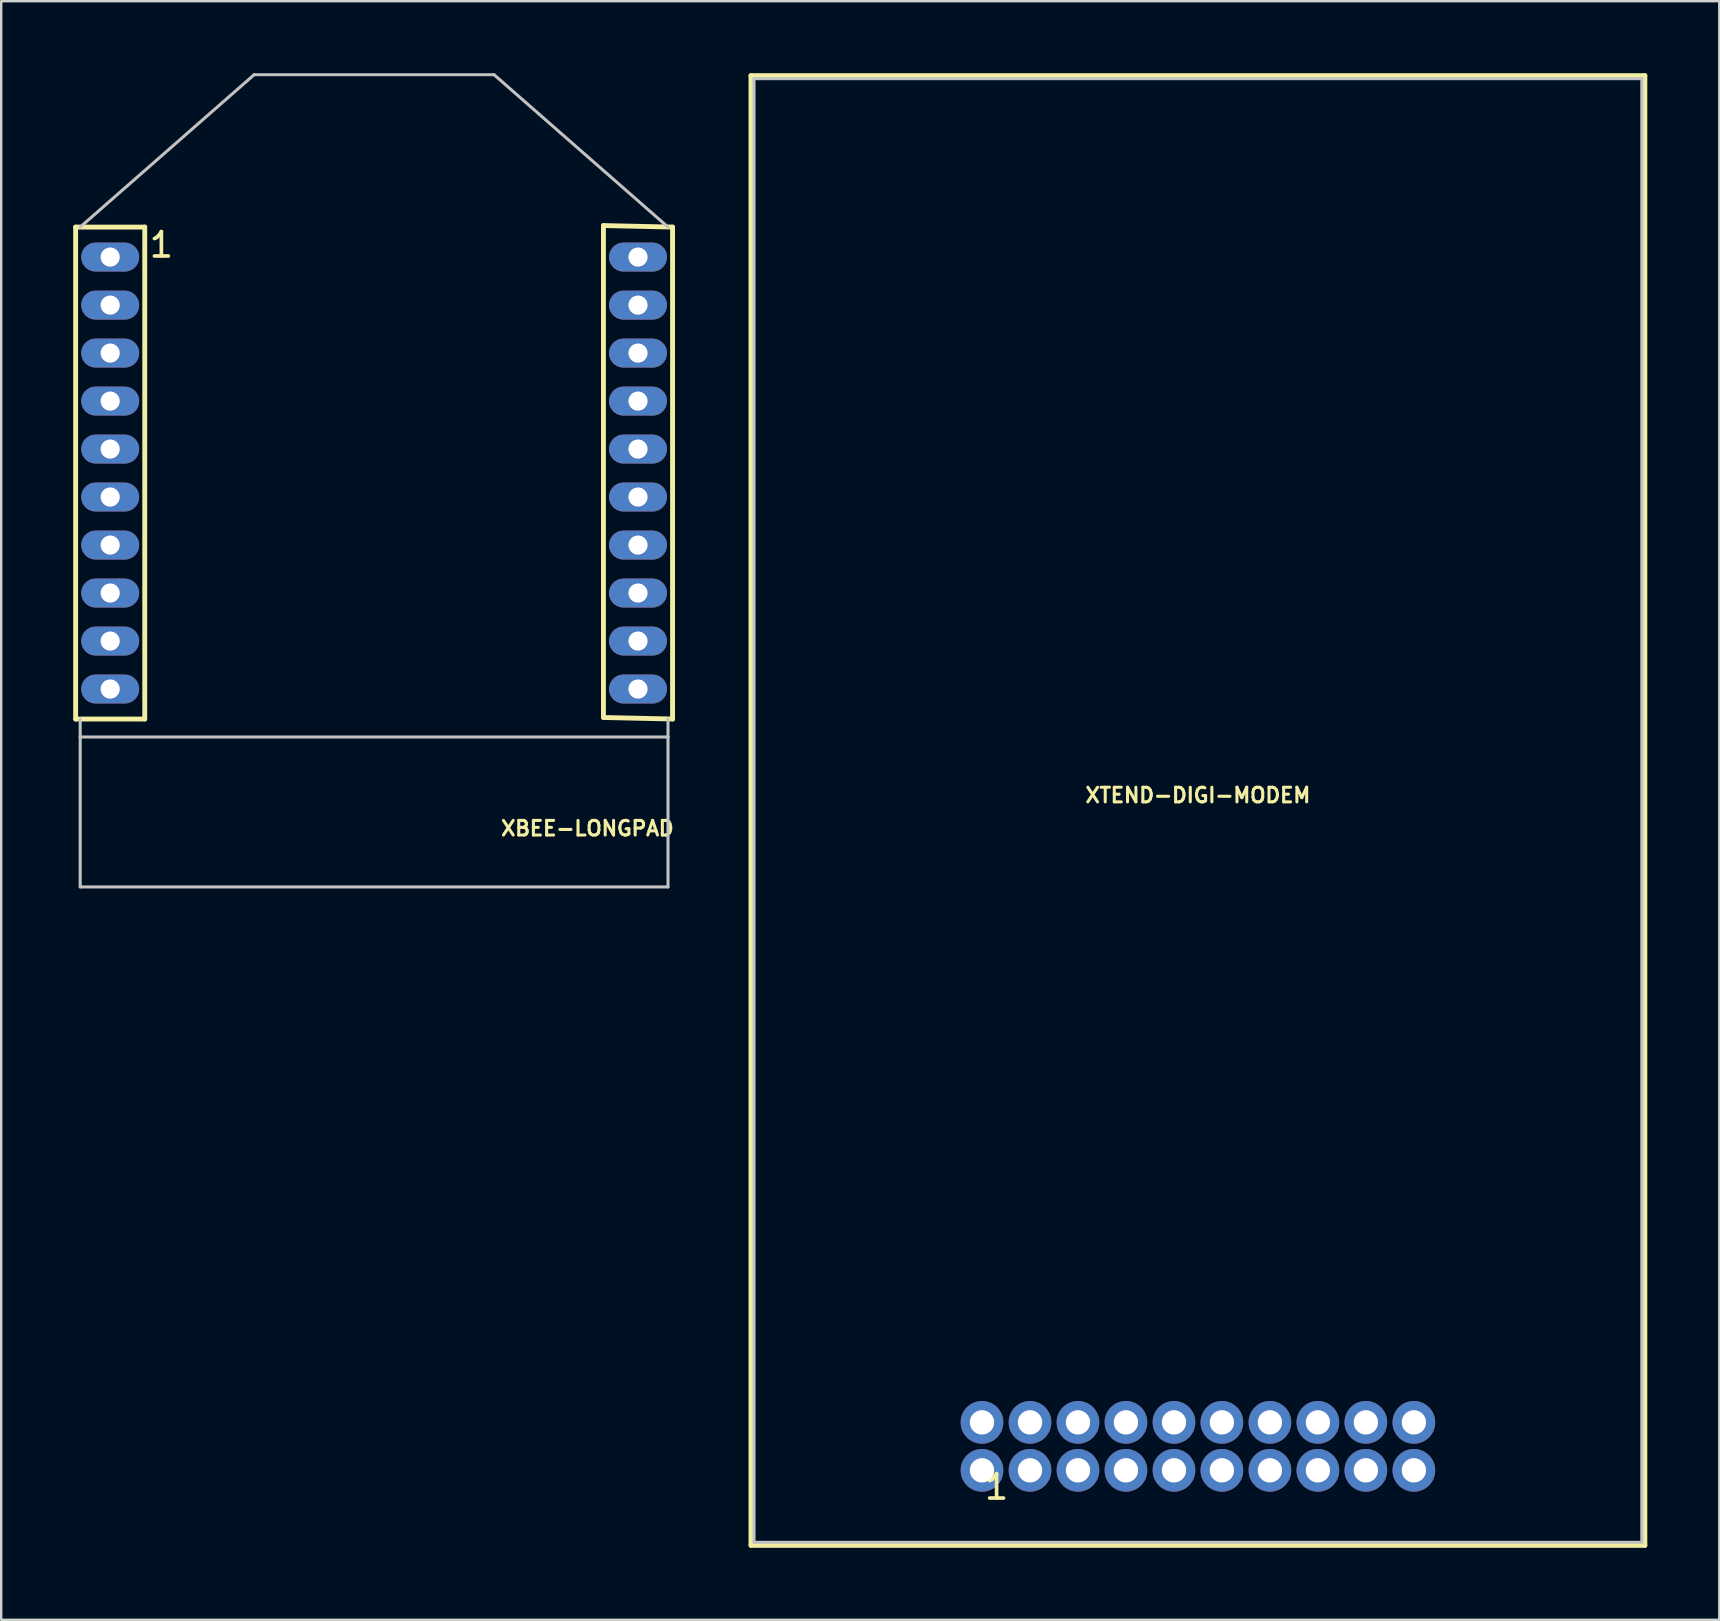
<source format=kicad_pcb>
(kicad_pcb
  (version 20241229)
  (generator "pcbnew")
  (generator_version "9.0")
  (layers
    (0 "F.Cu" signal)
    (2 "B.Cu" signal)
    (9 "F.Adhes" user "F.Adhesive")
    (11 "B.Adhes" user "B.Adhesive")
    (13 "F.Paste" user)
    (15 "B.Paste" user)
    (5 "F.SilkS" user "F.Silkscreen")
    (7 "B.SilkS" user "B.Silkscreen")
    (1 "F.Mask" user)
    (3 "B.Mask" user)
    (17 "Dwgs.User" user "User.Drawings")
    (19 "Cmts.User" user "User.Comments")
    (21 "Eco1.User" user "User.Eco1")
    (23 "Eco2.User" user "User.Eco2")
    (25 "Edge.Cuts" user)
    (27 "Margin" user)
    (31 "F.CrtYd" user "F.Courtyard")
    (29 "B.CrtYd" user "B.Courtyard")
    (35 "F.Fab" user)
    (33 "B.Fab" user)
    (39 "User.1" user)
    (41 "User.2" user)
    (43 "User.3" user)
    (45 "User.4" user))
  (footprint "XBEE-LONGPAD"
    (layer "F.Cu")
    (at 12.54 27.663)
    (property "Reference" "XBEE-LONGPAD" (at 8.89 3.81 0) (layer "F.SilkS") (effects (font (size 0.61 0.61) (thickness 0.127))))
    (attr exclude_from_pos_files exclude_from_bom)
    (fp_line (start -12.438 -21.25) (end -12.438 -0.749) (stroke (width 0.203) (type solid)) (layer "F.SilkS"))
    (fp_line (start -12.438 -0.749) (end -9.558 -0.749) (stroke (width 0.203) (type solid)) (layer "F.SilkS"))
    (fp_line (start -9.558 -21.25) (end -12.438 -21.25) (stroke (width 0.203) (type solid)) (layer "F.SilkS"))
    (fp_line (start -9.558 -21.25) (end -9.558 -0.749) (stroke (width 0.203) (type solid)) (layer "F.SilkS"))
    (fp_line (start 9.558 -21.313) (end 9.558 -0.813) (stroke (width 0.203) (type solid)) (layer "F.SilkS"))
    (fp_line (start 9.558 -21.313) (end 12.438 -21.25) (stroke (width 0.203) (type solid)) (layer "F.SilkS"))
    (fp_line (start 12.438 -21.25) (end 12.438 -0.749) (stroke (width 0.203) (type solid)) (layer "F.SilkS"))
    (fp_line (start 12.438 -0.749) (end 9.558 -0.813) (stroke (width 0.203) (type solid)) (layer "F.SilkS"))
    (fp_line (start -12.248 -21.25) (end -4.999 -27.6) (stroke (width 0.127) (type solid)) (layer "Dwgs.User"))
    (fp_line (start -12.248 -0.749) (end -12.248 0) (stroke (width 0.127) (type solid)) (layer "Dwgs.User"))
    (fp_line (start -12.248 0) (end -12.248 6.248) (stroke (width 0.127) (type solid)) (layer "Dwgs.User"))
    (fp_line (start -12.248 0) (end 12.248 0) (stroke (width 0.127) (type solid)) (layer "Dwgs.User"))
    (fp_line (start -12.248 6.248) (end 12.248 6.248) (stroke (width 0.127) (type solid)) (layer "Dwgs.User"))
    (fp_line (start -4.999 -27.6) (end 4.999 -27.6) (stroke (width 0.127) (type solid)) (layer "Dwgs.User"))
    (fp_line (start 12.248 -21.25) (end 4.999 -27.6) (stroke (width 0.127) (type solid)) (layer "Dwgs.User"))
    (fp_line (start 12.248 -0.749) (end 12.248 0) (stroke (width 0.127) (type solid)) (layer "Dwgs.User"))
    (fp_line (start 12.248 0) (end 12.248 6.248) (stroke (width 0.127) (type solid)) (layer "Dwgs.User"))
    (fp_text user "1" (at -8.865 -20.508 0) (layer "F.SilkS") (effects (font (size 1.016 1.016) (thickness 0.152))))
    (pad "1" thru_hole oval (at -10.998 -20 90) (size 1.206 2.413) (drill 0.798) (layers "*.Cu" "*.Mask"))
    (pad "2" thru_hole oval (at -10.998 -17.998 90) (size 1.206 2.413) (drill 0.798) (layers "*.Cu" "*.Mask"))
    (pad "3" thru_hole oval (at -10.998 -15.999 90) (size 1.206 2.413) (drill 0.798) (layers "*.Cu" "*.Mask"))
    (pad "4" thru_hole oval (at -10.998 -13.998 90) (size 1.206 2.413) (drill 0.798) (layers "*.Cu" "*.Mask"))
    (pad "5" thru_hole oval (at -10.998 -11.999 90) (size 1.206 2.413) (drill 0.798) (layers "*.Cu" "*.Mask"))
    (pad "6" thru_hole oval (at -10.998 -10 90) (size 1.206 2.413) (drill 0.798) (layers "*.Cu" "*.Mask"))
    (pad "7" thru_hole oval (at -10.998 -7.998 90) (size 1.206 2.413) (drill 0.798) (layers "*.Cu" "*.Mask"))
    (pad "8" thru_hole oval (at -10.998 -5.999 90) (size 1.206 2.413) (drill 0.798) (layers "*.Cu" "*.Mask"))
    (pad "9" thru_hole oval (at -10.998 -3.998 90) (size 1.206 2.413) (drill 0.798) (layers "*.Cu" "*.Mask"))
    (pad "10" thru_hole oval (at -10.998 -1.999 90) (size 1.206 2.413) (drill 0.798) (layers "*.Cu" "*.Mask"))
    (pad "11" thru_hole oval (at 10.998 -1.999 90) (size 1.206 2.413) (drill 0.798) (layers "*.Cu" "*.Mask"))
    (pad "12" thru_hole oval (at 10.998 -3.998 90) (size 1.206 2.413) (drill 0.798) (layers "*.Cu" "*.Mask"))
    (pad "13" thru_hole oval (at 10.998 -5.999 90) (size 1.206 2.413) (drill 0.798) (layers "*.Cu" "*.Mask"))
    (pad "14" thru_hole oval (at 10.998 -7.998 90) (size 1.206 2.413) (drill 0.798) (layers "*.Cu" "*.Mask"))
    (pad "15" thru_hole oval (at 10.998 -10 90) (size 1.206 2.413) (drill 0.798) (layers "*.Cu" "*.Mask"))
    (pad "16" thru_hole oval (at 10.998 -11.999 90) (size 1.206 2.413) (drill 0.798) (layers "*.Cu" "*.Mask"))
    (pad "17" thru_hole oval (at 10.998 -13.998 90) (size 1.206 2.413) (drill 0.798) (layers "*.Cu" "*.Mask"))
    (pad "18" thru_hole oval (at 10.998 -15.999 90) (size 1.206 2.413) (drill 0.798) (layers "*.Cu" "*.Mask"))
    (pad "19" thru_hole oval (at 10.998 -17.998 90) (size 1.206 2.413) (drill 0.798) (layers "*.Cu" "*.Mask"))
    (pad "20" thru_hole oval (at 10.998 -20 90) (size 1.206 2.413) (drill 0.798) (layers "*.Cu" "*.Mask")))
  (footprint "XTEND-DIGI-MODEM"
    (layer "F.Cu")
    (at 46.872 30.726)
    (property "Reference" "XTEND-DIGI-MODEM" (at 0 -0.635 0) (layer "F.SilkS") (effects (font (size 0.61 0.61) (thickness 0.127))))
    (attr exclude_from_pos_files exclude_from_bom)
    (fp_line (start -18.626 -30.625) (end 18.626 -30.625) (stroke (width 0.203) (type solid)) (layer "F.SilkS"))
    (fp_line (start -18.626 30.625) (end -18.626 -30.625) (stroke (width 0.203) (type solid)) (layer "F.SilkS"))
    (fp_line (start -18.626 30.625) (end 18.626 30.625) (stroke (width 0.203) (type solid)) (layer "F.SilkS"))
    (fp_line (start 18.626 30.625) (end 18.626 -30.625) (stroke (width 0.203) (type solid)) (layer "F.SilkS"))
    (fp_line (start -18.499 -30.498) (end 18.499 -30.498) (stroke (width 0.127) (type solid)) (layer "Dwgs.User"))
    (fp_line (start -18.499 30.498) (end -18.499 -30.498) (stroke (width 0.127) (type solid)) (layer "Dwgs.User"))
    (fp_line (start -18.499 30.498) (end 18.499 30.498) (stroke (width 0.127) (type solid)) (layer "Dwgs.User"))
    (fp_line (start 18.499 30.498) (end 18.499 -30.498) (stroke (width 0.127) (type solid)) (layer "Dwgs.User"))
    (fp_text user "1" (at -8.39 28.191 0) (layer "F.SilkS") (effects (font (size 1.016 1.016) (thickness 0.152))))
    (pad "1" thru_hole circle (at -8.999 27.498) (size 1.778 1.778) (drill 1.016) (layers "*.Cu" "*.Mask"))
    (pad "2" thru_hole circle (at -8.999 25.499) (size 1.778 1.778) (drill 1.016) (layers "*.Cu" "*.Mask"))
    (pad "3" thru_hole circle (at -6.998 27.498) (size 1.778 1.778) (drill 1.016) (layers "*.Cu" "*.Mask"))
    (pad "4" thru_hole circle (at -6.998 25.499) (size 1.778 1.778) (drill 1.016) (layers "*.Cu" "*.Mask"))
    (pad "5" thru_hole circle (at -4.999 27.498) (size 1.778 1.778) (drill 1.016) (layers "*.Cu" "*.Mask"))
    (pad "6" thru_hole circle (at -4.999 25.499) (size 1.778 1.778) (drill 1.016) (layers "*.Cu" "*.Mask"))
    (pad "7" thru_hole circle (at -3 27.498) (size 1.778 1.778) (drill 1.016) (layers "*.Cu" "*.Mask"))
    (pad "8" thru_hole circle (at -3 25.499) (size 1.778 1.778) (drill 1.016) (layers "*.Cu" "*.Mask"))
    (pad "9" thru_hole circle (at -0.998 27.498) (size 1.778 1.778) (drill 1.016) (layers "*.Cu" "*.Mask"))
    (pad "10" thru_hole circle (at -0.998 25.499) (size 1.778 1.778) (drill 1.016) (layers "*.Cu" "*.Mask"))
    (pad "11" thru_hole circle (at 0.998 27.498) (size 1.778 1.778) (drill 1.016) (layers "*.Cu" "*.Mask"))
    (pad "12" thru_hole circle (at 0.998 25.499) (size 1.778 1.778) (drill 1.016) (layers "*.Cu" "*.Mask"))
    (pad "13" thru_hole circle (at 3 27.498) (size 1.778 1.778) (drill 1.016) (layers "*.Cu" "*.Mask"))
    (pad "14" thru_hole circle (at 3 25.499) (size 1.778 1.778) (drill 1.016) (layers "*.Cu" "*.Mask"))
    (pad "15" thru_hole circle (at 4.999 27.498) (size 1.778 1.778) (drill 1.016) (layers "*.Cu" "*.Mask"))
    (pad "16" thru_hole circle (at 4.999 25.499) (size 1.778 1.778) (drill 1.016) (layers "*.Cu" "*.Mask"))
    (pad "17" thru_hole circle (at 6.998 27.498) (size 1.778 1.778) (drill 1.016) (layers "*.Cu" "*.Mask"))
    (pad "18" thru_hole circle (at 6.998 25.499) (size 1.778 1.778) (drill 1.016) (layers "*.Cu" "*.Mask"))
    (pad "19" thru_hole circle (at 8.999 27.498) (size 1.778 1.778) (drill 1.016) (layers "*.Cu" "*.Mask"))
    (pad "20" thru_hole circle (at 8.999 25.499) (size 1.778 1.778) (drill 1.016) (layers "*.Cu" "*.Mask")))
  (gr_rect
    (start -3 -3)
    (end 68.599 64.453)
    (stroke (width 0.1) (type default))
    (fill no)
    (layer "Edge.Cuts")))
</source>
